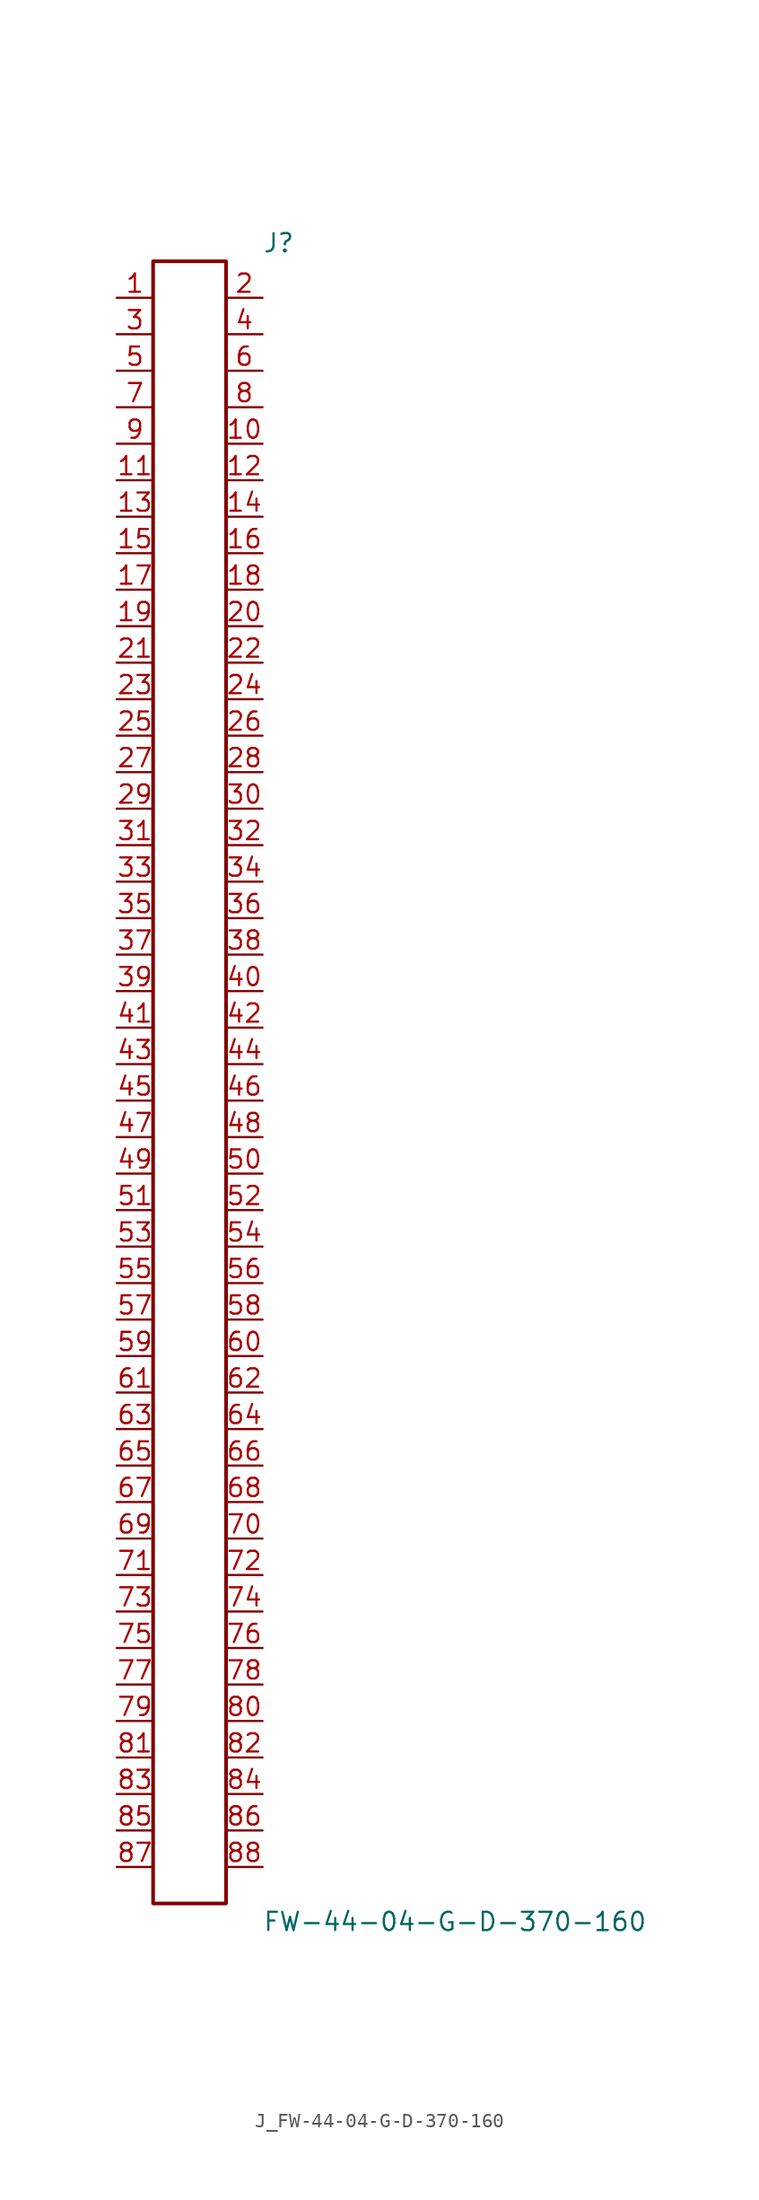
<source format=kicad_sym>
(kicad_symbol_lib
  (version 20231120)
  (generator kicad_symbol_editor)
  (generator_version 8.0)
  (symbol "J_FW-44-04-G-D-370-160"
    (pin_names
      (offset 0.254))
    (property "Reference" "J"
      (at 5.08 58.42 0)
      (effects (font (size 1.27 1.27)) (justify left)))
    (property "Value" "FW-44-04-G-D-370-160"
      (at 5.08 -58.42 0)
      (effects (font (size 1.27 1.27)) (justify left)))
    (symbol "J_FW-44-04-G-D-370-160_0_0"
      (pin unspecified line (at -5.08 54.61 0) (length 2.54) (name "" (effects (font (size 1.27 1.27)))) (number "1" (effects (font (size 1.27 1.27)))))
      (pin unspecified line (at 5.08 54.61 180) (length 2.54) (name "" (effects (font (size 1.27 1.27)))) (number "2" (effects (font (size 1.27 1.27)))))
      (pin unspecified line (at -5.08 52.07 0) (length 2.54) (name "" (effects (font (size 1.27 1.27)))) (number "3" (effects (font (size 1.27 1.27)))))
      (pin unspecified line (at 5.08 52.07 180) (length 2.54) (name "" (effects (font (size 1.27 1.27)))) (number "4" (effects (font (size 1.27 1.27)))))
      (pin unspecified line (at -5.08 49.53 0) (length 2.54) (name "" (effects (font (size 1.27 1.27)))) (number "5" (effects (font (size 1.27 1.27)))))
      (pin unspecified line (at 5.08 49.53 180) (length 2.54) (name "" (effects (font (size 1.27 1.27)))) (number "6" (effects (font (size 1.27 1.27)))))
      (pin unspecified line (at -5.08 46.99 0) (length 2.54) (name "" (effects (font (size 1.27 1.27)))) (number "7" (effects (font (size 1.27 1.27)))))
      (pin unspecified line (at 5.08 46.99 180) (length 2.54) (name "" (effects (font (size 1.27 1.27)))) (number "8" (effects (font (size 1.27 1.27)))))
      (pin unspecified line (at -5.08 44.45 0) (length 2.54) (name "" (effects (font (size 1.27 1.27)))) (number "9" (effects (font (size 1.27 1.27)))))
      (pin unspecified line (at 5.08 44.45 180) (length 2.54) (name "" (effects (font (size 1.27 1.27)))) (number "10" (effects (font (size 1.27 1.27)))))
      (pin unspecified line (at -5.08 41.91 0) (length 2.54) (name "" (effects (font (size 1.27 1.27)))) (number "11" (effects (font (size 1.27 1.27)))))
      (pin unspecified line (at 5.08 41.91 180) (length 2.54) (name "" (effects (font (size 1.27 1.27)))) (number "12" (effects (font (size 1.27 1.27)))))
      (pin unspecified line (at -5.08 39.37 0) (length 2.54) (name "" (effects (font (size 1.27 1.27)))) (number "13" (effects (font (size 1.27 1.27)))))
      (pin unspecified line (at 5.08 39.37 180) (length 2.54) (name "" (effects (font (size 1.27 1.27)))) (number "14" (effects (font (size 1.27 1.27)))))
      (pin unspecified line (at -5.08 36.83 0) (length 2.54) (name "" (effects (font (size 1.27 1.27)))) (number "15" (effects (font (size 1.27 1.27)))))
      (pin unspecified line (at 5.08 36.83 180) (length 2.54) (name "" (effects (font (size 1.27 1.27)))) (number "16" (effects (font (size 1.27 1.27)))))
      (pin unspecified line (at -5.08 34.29 0) (length 2.54) (name "" (effects (font (size 1.27 1.27)))) (number "17" (effects (font (size 1.27 1.27)))))
      (pin unspecified line (at 5.08 34.29 180) (length 2.54) (name "" (effects (font (size 1.27 1.27)))) (number "18" (effects (font (size 1.27 1.27)))))
      (pin unspecified line (at -5.08 31.75 0) (length 2.54) (name "" (effects (font (size 1.27 1.27)))) (number "19" (effects (font (size 1.27 1.27)))))
      (pin unspecified line (at 5.08 31.75 180) (length 2.54) (name "" (effects (font (size 1.27 1.27)))) (number "20" (effects (font (size 1.27 1.27)))))
      (pin unspecified line (at -5.08 29.21 0) (length 2.54) (name "" (effects (font (size 1.27 1.27)))) (number "21" (effects (font (size 1.27 1.27)))))
      (pin unspecified line (at 5.08 29.21 180) (length 2.54) (name "" (effects (font (size 1.27 1.27)))) (number "22" (effects (font (size 1.27 1.27)))))
      (pin unspecified line (at -5.08 26.67 0) (length 2.54) (name "" (effects (font (size 1.27 1.27)))) (number "23" (effects (font (size 1.27 1.27)))))
      (pin unspecified line (at 5.08 26.67 180) (length 2.54) (name "" (effects (font (size 1.27 1.27)))) (number "24" (effects (font (size 1.27 1.27)))))
      (pin unspecified line (at -5.08 24.13 0) (length 2.54) (name "" (effects (font (size 1.27 1.27)))) (number "25" (effects (font (size 1.27 1.27)))))
      (pin unspecified line (at 5.08 24.13 180) (length 2.54) (name "" (effects (font (size 1.27 1.27)))) (number "26" (effects (font (size 1.27 1.27)))))
      (pin unspecified line (at -5.08 21.59 0) (length 2.54) (name "" (effects (font (size 1.27 1.27)))) (number "27" (effects (font (size 1.27 1.27)))))
      (pin unspecified line (at 5.08 21.59 180) (length 2.54) (name "" (effects (font (size 1.27 1.27)))) (number "28" (effects (font (size 1.27 1.27)))))
      (pin unspecified line (at -5.08 19.05 0) (length 2.54) (name "" (effects (font (size 1.27 1.27)))) (number "29" (effects (font (size 1.27 1.27)))))
      (pin unspecified line (at 5.08 19.05 180) (length 2.54) (name "" (effects (font (size 1.27 1.27)))) (number "30" (effects (font (size 1.27 1.27)))))
      (pin unspecified line (at -5.08 16.51 0) (length 2.54) (name "" (effects (font (size 1.27 1.27)))) (number "31" (effects (font (size 1.27 1.27)))))
      (pin unspecified line (at 5.08 16.51 180) (length 2.54) (name "" (effects (font (size 1.27 1.27)))) (number "32" (effects (font (size 1.27 1.27)))))
      (pin unspecified line (at -5.08 13.97 0) (length 2.54) (name "" (effects (font (size 1.27 1.27)))) (number "33" (effects (font (size 1.27 1.27)))))
      (pin unspecified line (at 5.08 13.97 180) (length 2.54) (name "" (effects (font (size 1.27 1.27)))) (number "34" (effects (font (size 1.27 1.27)))))
      (pin unspecified line (at -5.08 11.43 0) (length 2.54) (name "" (effects (font (size 1.27 1.27)))) (number "35" (effects (font (size 1.27 1.27)))))
      (pin unspecified line (at 5.08 11.43 180) (length 2.54) (name "" (effects (font (size 1.27 1.27)))) (number "36" (effects (font (size 1.27 1.27)))))
      (pin unspecified line (at -5.08 8.89 0) (length 2.54) (name "" (effects (font (size 1.27 1.27)))) (number "37" (effects (font (size 1.27 1.27)))))
      (pin unspecified line (at 5.08 8.89 180) (length 2.54) (name "" (effects (font (size 1.27 1.27)))) (number "38" (effects (font (size 1.27 1.27)))))
      (pin unspecified line (at -5.08 6.35 0) (length 2.54) (name "" (effects (font (size 1.27 1.27)))) (number "39" (effects (font (size 1.27 1.27)))))
      (pin unspecified line (at 5.08 6.35 180) (length 2.54) (name "" (effects (font (size 1.27 1.27)))) (number "40" (effects (font (size 1.27 1.27)))))
      (pin unspecified line (at -5.08 3.81 0) (length 2.54) (name "" (effects (font (size 1.27 1.27)))) (number "41" (effects (font (size 1.27 1.27)))))
      (pin unspecified line (at 5.08 3.81 180) (length 2.54) (name "" (effects (font (size 1.27 1.27)))) (number "42" (effects (font (size 1.27 1.27)))))
      (pin unspecified line (at -5.08 1.27 0) (length 2.54) (name "" (effects (font (size 1.27 1.27)))) (number "43" (effects (font (size 1.27 1.27)))))
      (pin unspecified line (at 5.08 1.27 180) (length 2.54) (name "" (effects (font (size 1.27 1.27)))) (number "44" (effects (font (size 1.27 1.27)))))
      (pin unspecified line (at -5.08 -1.27 0) (length 2.54) (name "" (effects (font (size 1.27 1.27)))) (number "45" (effects (font (size 1.27 1.27)))))
      (pin unspecified line (at 5.08 -1.27 180) (length 2.54) (name "" (effects (font (size 1.27 1.27)))) (number "46" (effects (font (size 1.27 1.27)))))
      (pin unspecified line (at -5.08 -3.81 0) (length 2.54) (name "" (effects (font (size 1.27 1.27)))) (number "47" (effects (font (size 1.27 1.27)))))
      (pin unspecified line (at 5.08 -3.81 180) (length 2.54) (name "" (effects (font (size 1.27 1.27)))) (number "48" (effects (font (size 1.27 1.27)))))
      (pin unspecified line (at -5.08 -6.35 0) (length 2.54) (name "" (effects (font (size 1.27 1.27)))) (number "49" (effects (font (size 1.27 1.27)))))
      (pin unspecified line (at 5.08 -6.35 180) (length 2.54) (name "" (effects (font (size 1.27 1.27)))) (number "50" (effects (font (size 1.27 1.27)))))
      (pin unspecified line (at -5.08 -8.89 0) (length 2.54) (name "" (effects (font (size 1.27 1.27)))) (number "51" (effects (font (size 1.27 1.27)))))
      (pin unspecified line (at 5.08 -8.89 180) (length 2.54) (name "" (effects (font (size 1.27 1.27)))) (number "52" (effects (font (size 1.27 1.27)))))
      (pin unspecified line (at -5.08 -11.43 0) (length 2.54) (name "" (effects (font (size 1.27 1.27)))) (number "53" (effects (font (size 1.27 1.27)))))
      (pin unspecified line (at 5.08 -11.43 180) (length 2.54) (name "" (effects (font (size 1.27 1.27)))) (number "54" (effects (font (size 1.27 1.27)))))
      (pin unspecified line (at -5.08 -13.97 0) (length 2.54) (name "" (effects (font (size 1.27 1.27)))) (number "55" (effects (font (size 1.27 1.27)))))
      (pin unspecified line (at 5.08 -13.97 180) (length 2.54) (name "" (effects (font (size 1.27 1.27)))) (number "56" (effects (font (size 1.27 1.27)))))
      (pin unspecified line (at -5.08 -16.51 0) (length 2.54) (name "" (effects (font (size 1.27 1.27)))) (number "57" (effects (font (size 1.27 1.27)))))
      (pin unspecified line (at 5.08 -16.51 180) (length 2.54) (name "" (effects (font (size 1.27 1.27)))) (number "58" (effects (font (size 1.27 1.27)))))
      (pin unspecified line (at -5.08 -19.05 0) (length 2.54) (name "" (effects (font (size 1.27 1.27)))) (number "59" (effects (font (size 1.27 1.27)))))
      (pin unspecified line (at 5.08 -19.05 180) (length 2.54) (name "" (effects (font (size 1.27 1.27)))) (number "60" (effects (font (size 1.27 1.27)))))
      (pin unspecified line (at -5.08 -21.59 0) (length 2.54) (name "" (effects (font (size 1.27 1.27)))) (number "61" (effects (font (size 1.27 1.27)))))
      (pin unspecified line (at 5.08 -21.59 180) (length 2.54) (name "" (effects (font (size 1.27 1.27)))) (number "62" (effects (font (size 1.27 1.27)))))
      (pin unspecified line (at -5.08 -24.13 0) (length 2.54) (name "" (effects (font (size 1.27 1.27)))) (number "63" (effects (font (size 1.27 1.27)))))
      (pin unspecified line (at 5.08 -24.13 180) (length 2.54) (name "" (effects (font (size 1.27 1.27)))) (number "64" (effects (font (size 1.27 1.27)))))
      (pin unspecified line (at -5.08 -26.67 0) (length 2.54) (name "" (effects (font (size 1.27 1.27)))) (number "65" (effects (font (size 1.27 1.27)))))
      (pin unspecified line (at 5.08 -26.67 180) (length 2.54) (name "" (effects (font (size 1.27 1.27)))) (number "66" (effects (font (size 1.27 1.27)))))
      (pin unspecified line (at -5.08 -29.21 0) (length 2.54) (name "" (effects (font (size 1.27 1.27)))) (number "67" (effects (font (size 1.27 1.27)))))
      (pin unspecified line (at 5.08 -29.21 180) (length 2.54) (name "" (effects (font (size 1.27 1.27)))) (number "68" (effects (font (size 1.27 1.27)))))
      (pin unspecified line (at -5.08 -31.75 0) (length 2.54) (name "" (effects (font (size 1.27 1.27)))) (number "69" (effects (font (size 1.27 1.27)))))
      (pin unspecified line (at 5.08 -31.75 180) (length 2.54) (name "" (effects (font (size 1.27 1.27)))) (number "70" (effects (font (size 1.27 1.27)))))
      (pin unspecified line (at -5.08 -34.29 0) (length 2.54) (name "" (effects (font (size 1.27 1.27)))) (number "71" (effects (font (size 1.27 1.27)))))
      (pin unspecified line (at 5.08 -34.29 180) (length 2.54) (name "" (effects (font (size 1.27 1.27)))) (number "72" (effects (font (size 1.27 1.27)))))
      (pin unspecified line (at -5.08 -36.83 0) (length 2.54) (name "" (effects (font (size 1.27 1.27)))) (number "73" (effects (font (size 1.27 1.27)))))
      (pin unspecified line (at 5.08 -36.83 180) (length 2.54) (name "" (effects (font (size 1.27 1.27)))) (number "74" (effects (font (size 1.27 1.27)))))
      (pin unspecified line (at -5.08 -39.37 0) (length 2.54) (name "" (effects (font (size 1.27 1.27)))) (number "75" (effects (font (size 1.27 1.27)))))
      (pin unspecified line (at 5.08 -39.37 180) (length 2.54) (name "" (effects (font (size 1.27 1.27)))) (number "76" (effects (font (size 1.27 1.27)))))
      (pin unspecified line (at -5.08 -41.91 0) (length 2.54) (name "" (effects (font (size 1.27 1.27)))) (number "77" (effects (font (size 1.27 1.27)))))
      (pin unspecified line (at 5.08 -41.91 180) (length 2.54) (name "" (effects (font (size 1.27 1.27)))) (number "78" (effects (font (size 1.27 1.27)))))
      (pin unspecified line (at -5.08 -44.45 0) (length 2.54) (name "" (effects (font (size 1.27 1.27)))) (number "79" (effects (font (size 1.27 1.27)))))
      (pin unspecified line (at 5.08 -44.45 180) (length 2.54) (name "" (effects (font (size 1.27 1.27)))) (number "80" (effects (font (size 1.27 1.27)))))
      (pin unspecified line (at -5.08 -46.99 0) (length 2.54) (name "" (effects (font (size 1.27 1.27)))) (number "81" (effects (font (size 1.27 1.27)))))
      (pin unspecified line (at 5.08 -46.99 180) (length 2.54) (name "" (effects (font (size 1.27 1.27)))) (number "82" (effects (font (size 1.27 1.27)))))
      (pin unspecified line (at -5.08 -49.53 0) (length 2.54) (name "" (effects (font (size 1.27 1.27)))) (number "83" (effects (font (size 1.27 1.27)))))
      (pin unspecified line (at 5.08 -49.53 180) (length 2.54) (name "" (effects (font (size 1.27 1.27)))) (number "84" (effects (font (size 1.27 1.27)))))
      (pin unspecified line (at -5.08 -52.07 0) (length 2.54) (name "" (effects (font (size 1.27 1.27)))) (number "85" (effects (font (size 1.27 1.27)))))
      (pin unspecified line (at 5.08 -52.07 180) (length 2.54) (name "" (effects (font (size 1.27 1.27)))) (number "86" (effects (font (size 1.27 1.27)))))
      (pin unspecified line (at -5.08 -54.61 0) (length 2.54) (name "" (effects (font (size 1.27 1.27)))) (number "87" (effects (font (size 1.27 1.27)))))
      (pin unspecified line (at 5.08 -54.61 180) (length 2.54) (name "" (effects (font (size 1.27 1.27)))) (number "88" (effects (font (size 1.27 1.27))))))
    (symbol "J_FW-44-04-G-D-370-160_1_0"
      (rectangle (start -2.54 57.15) (end 2.54 -57.15) (stroke (width 0.254) (type solid)) (fill (type none))))))
</source>
